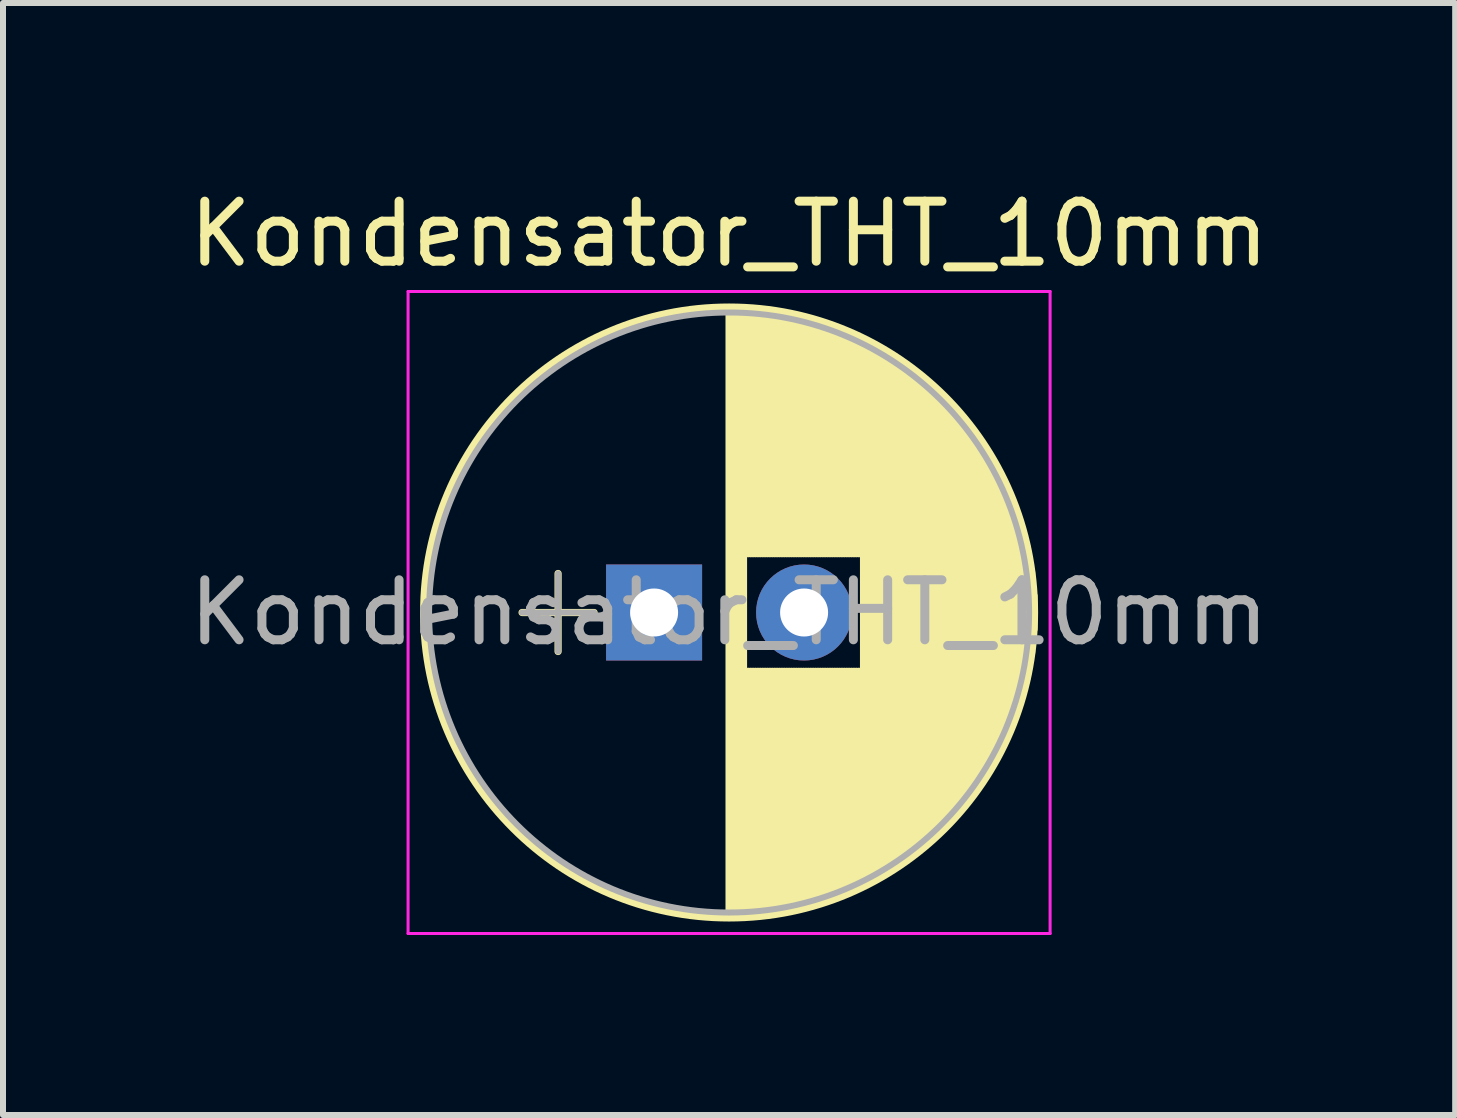
<source format=kicad_pcb>
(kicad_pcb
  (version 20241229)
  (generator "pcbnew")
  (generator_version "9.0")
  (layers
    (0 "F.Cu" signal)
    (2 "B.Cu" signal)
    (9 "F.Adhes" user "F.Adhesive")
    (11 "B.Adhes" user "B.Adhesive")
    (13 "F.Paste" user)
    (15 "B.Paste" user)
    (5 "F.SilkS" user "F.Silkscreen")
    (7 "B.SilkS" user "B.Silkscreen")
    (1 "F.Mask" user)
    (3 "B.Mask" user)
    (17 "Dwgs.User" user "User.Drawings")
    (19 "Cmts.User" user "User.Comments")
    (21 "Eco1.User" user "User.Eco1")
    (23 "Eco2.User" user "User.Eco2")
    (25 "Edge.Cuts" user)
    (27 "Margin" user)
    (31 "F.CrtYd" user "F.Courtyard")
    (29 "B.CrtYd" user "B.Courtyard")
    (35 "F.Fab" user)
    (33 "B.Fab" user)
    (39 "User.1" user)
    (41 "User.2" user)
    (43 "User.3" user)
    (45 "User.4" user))
  (footprint "Kondensator_THT_10mm"
    (layer "F.Cu")
    (at 7.851 7.158)
    (property "Reference" "Kondensator_THT_10mm" (at 1.25 -6.31 0) (layer "F.SilkS") (effects (font (size 1 1) (thickness 0.15))))
    (attr through_hole)
    (fp_line (start -2.2 0) (end -1 0) (stroke (width 0.12) (type solid)) (layer "F.SilkS"))
    (fp_line (start -1.6 -0.65) (end -1.6 0.65) (stroke (width 0.12) (type solid)) (layer "F.SilkS"))
    (fp_line (start 1.25 -5.05) (end 1.25 5.05) (stroke (width 0.12) (type solid)) (layer "F.SilkS"))
    (fp_line (start 1.29 -5.05) (end 1.29 5.05) (stroke (width 0.12) (type solid)) (layer "F.SilkS"))
    (fp_line (start 1.33 -5.05) (end 1.33 5.05) (stroke (width 0.12) (type solid)) (layer "F.SilkS"))
    (fp_line (start 1.37 -5.049) (end 1.37 5.049) (stroke (width 0.12) (type solid)) (layer "F.SilkS"))
    (fp_line (start 1.41 -5.048) (end 1.41 5.048) (stroke (width 0.12) (type solid)) (layer "F.SilkS"))
    (fp_line (start 1.45 -5.047) (end 1.45 5.047) (stroke (width 0.12) (type solid)) (layer "F.SilkS"))
    (fp_line (start 1.49 -5.045) (end 1.49 5.045) (stroke (width 0.12) (type solid)) (layer "F.SilkS"))
    (fp_line (start 1.53 -5.043) (end 1.53 -0.98) (stroke (width 0.12) (type solid)) (layer "F.SilkS"))
    (fp_line (start 1.53 0.98) (end 1.53 5.043) (stroke (width 0.12) (type solid)) (layer "F.SilkS"))
    (fp_line (start 1.57 -5.04) (end 1.57 -0.98) (stroke (width 0.12) (type solid)) (layer "F.SilkS"))
    (fp_line (start 1.57 0.98) (end 1.57 5.04) (stroke (width 0.12) (type solid)) (layer "F.SilkS"))
    (fp_line (start 1.61 -5.038) (end 1.61 -0.98) (stroke (width 0.12) (type solid)) (layer "F.SilkS"))
    (fp_line (start 1.61 0.98) (end 1.61 5.038) (stroke (width 0.12) (type solid)) (layer "F.SilkS"))
    (fp_line (start 1.65 -5.035) (end 1.65 -0.98) (stroke (width 0.12) (type solid)) (layer "F.SilkS"))
    (fp_line (start 1.65 0.98) (end 1.65 5.035) (stroke (width 0.12) (type solid)) (layer "F.SilkS"))
    (fp_line (start 1.69 -5.031) (end 1.69 -0.98) (stroke (width 0.12) (type solid)) (layer "F.SilkS"))
    (fp_line (start 1.69 0.98) (end 1.69 5.031) (stroke (width 0.12) (type solid)) (layer "F.SilkS"))
    (fp_line (start 1.73 -5.028) (end 1.73 -0.98) (stroke (width 0.12) (type solid)) (layer "F.SilkS"))
    (fp_line (start 1.73 0.98) (end 1.73 5.028) (stroke (width 0.12) (type solid)) (layer "F.SilkS"))
    (fp_line (start 1.77 -5.024) (end 1.77 -0.98) (stroke (width 0.12) (type solid)) (layer "F.SilkS"))
    (fp_line (start 1.77 0.98) (end 1.77 5.024) (stroke (width 0.12) (type solid)) (layer "F.SilkS"))
    (fp_line (start 1.81 -5.02) (end 1.81 -0.98) (stroke (width 0.12) (type solid)) (layer "F.SilkS"))
    (fp_line (start 1.81 0.98) (end 1.81 5.02) (stroke (width 0.12) (type solid)) (layer "F.SilkS"))
    (fp_line (start 1.85 -5.015) (end 1.85 -0.98) (stroke (width 0.12) (type solid)) (layer "F.SilkS"))
    (fp_line (start 1.85 0.98) (end 1.85 5.015) (stroke (width 0.12) (type solid)) (layer "F.SilkS"))
    (fp_line (start 1.89 -5.01) (end 1.89 -0.98) (stroke (width 0.12) (type solid)) (layer "F.SilkS"))
    (fp_line (start 1.89 0.98) (end 1.89 5.01) (stroke (width 0.12) (type solid)) (layer "F.SilkS"))
    (fp_line (start 1.93 -5.005) (end 1.93 -0.98) (stroke (width 0.12) (type solid)) (layer "F.SilkS"))
    (fp_line (start 1.93 0.98) (end 1.93 5.005) (stroke (width 0.12) (type solid)) (layer "F.SilkS"))
    (fp_line (start 1.971 -4.999) (end 1.971 -0.98) (stroke (width 0.12) (type solid)) (layer "F.SilkS"))
    (fp_line (start 1.971 0.98) (end 1.971 4.999) (stroke (width 0.12) (type solid)) (layer "F.SilkS"))
    (fp_line (start 2.011 -4.993) (end 2.011 -0.98) (stroke (width 0.12) (type solid)) (layer "F.SilkS"))
    (fp_line (start 2.011 0.98) (end 2.011 4.993) (stroke (width 0.12) (type solid)) (layer "F.SilkS"))
    (fp_line (start 2.051 -4.987) (end 2.051 -0.98) (stroke (width 0.12) (type solid)) (layer "F.SilkS"))
    (fp_line (start 2.051 0.98) (end 2.051 4.987) (stroke (width 0.12) (type solid)) (layer "F.SilkS"))
    (fp_line (start 2.091 -4.981) (end 2.091 -0.98) (stroke (width 0.12) (type solid)) (layer "F.SilkS"))
    (fp_line (start 2.091 0.98) (end 2.091 4.981) (stroke (width 0.12) (type solid)) (layer "F.SilkS"))
    (fp_line (start 2.131 -4.974) (end 2.131 -0.98) (stroke (width 0.12) (type solid)) (layer "F.SilkS"))
    (fp_line (start 2.131 0.98) (end 2.131 4.974) (stroke (width 0.12) (type solid)) (layer "F.SilkS"))
    (fp_line (start 2.171 -4.967) (end 2.171 -0.98) (stroke (width 0.12) (type solid)) (layer "F.SilkS"))
    (fp_line (start 2.171 0.98) (end 2.171 4.967) (stroke (width 0.12) (type solid)) (layer "F.SilkS"))
    (fp_line (start 2.211 -4.959) (end 2.211 -0.98) (stroke (width 0.12) (type solid)) (layer "F.SilkS"))
    (fp_line (start 2.211 0.98) (end 2.211 4.959) (stroke (width 0.12) (type solid)) (layer "F.SilkS"))
    (fp_line (start 2.251 -4.951) (end 2.251 -0.98) (stroke (width 0.12) (type solid)) (layer "F.SilkS"))
    (fp_line (start 2.251 0.98) (end 2.251 4.951) (stroke (width 0.12) (type solid)) (layer "F.SilkS"))
    (fp_line (start 2.291 -4.943) (end 2.291 -0.98) (stroke (width 0.12) (type solid)) (layer "F.SilkS"))
    (fp_line (start 2.291 0.98) (end 2.291 4.943) (stroke (width 0.12) (type solid)) (layer "F.SilkS"))
    (fp_line (start 2.331 -4.935) (end 2.331 -0.98) (stroke (width 0.12) (type solid)) (layer "F.SilkS"))
    (fp_line (start 2.331 0.98) (end 2.331 4.935) (stroke (width 0.12) (type solid)) (layer "F.SilkS"))
    (fp_line (start 2.371 -4.926) (end 2.371 -0.98) (stroke (width 0.12) (type solid)) (layer "F.SilkS"))
    (fp_line (start 2.371 0.98) (end 2.371 4.926) (stroke (width 0.12) (type solid)) (layer "F.SilkS"))
    (fp_line (start 2.411 -4.917) (end 2.411 -0.98) (stroke (width 0.12) (type solid)) (layer "F.SilkS"))
    (fp_line (start 2.411 0.98) (end 2.411 4.917) (stroke (width 0.12) (type solid)) (layer "F.SilkS"))
    (fp_line (start 2.451 -4.907) (end 2.451 -0.98) (stroke (width 0.12) (type solid)) (layer "F.SilkS"))
    (fp_line (start 2.451 0.98) (end 2.451 4.907) (stroke (width 0.12) (type solid)) (layer "F.SilkS"))
    (fp_line (start 2.491 -4.897) (end 2.491 -0.98) (stroke (width 0.12) (type solid)) (layer "F.SilkS"))
    (fp_line (start 2.491 0.98) (end 2.491 4.897) (stroke (width 0.12) (type solid)) (layer "F.SilkS"))
    (fp_line (start 2.531 -4.887) (end 2.531 -0.98) (stroke (width 0.12) (type solid)) (layer "F.SilkS"))
    (fp_line (start 2.531 0.98) (end 2.531 4.887) (stroke (width 0.12) (type solid)) (layer "F.SilkS"))
    (fp_line (start 2.571 -4.876) (end 2.571 -0.98) (stroke (width 0.12) (type solid)) (layer "F.SilkS"))
    (fp_line (start 2.571 0.98) (end 2.571 4.876) (stroke (width 0.12) (type solid)) (layer "F.SilkS"))
    (fp_line (start 2.611 -4.865) (end 2.611 -0.98) (stroke (width 0.12) (type solid)) (layer "F.SilkS"))
    (fp_line (start 2.611 0.98) (end 2.611 4.865) (stroke (width 0.12) (type solid)) (layer "F.SilkS"))
    (fp_line (start 2.651 -4.854) (end 2.651 -0.98) (stroke (width 0.12) (type solid)) (layer "F.SilkS"))
    (fp_line (start 2.651 0.98) (end 2.651 4.854) (stroke (width 0.12) (type solid)) (layer "F.SilkS"))
    (fp_line (start 2.691 -4.843) (end 2.691 -0.98) (stroke (width 0.12) (type solid)) (layer "F.SilkS"))
    (fp_line (start 2.691 0.98) (end 2.691 4.843) (stroke (width 0.12) (type solid)) (layer "F.SilkS"))
    (fp_line (start 2.731 -4.831) (end 2.731 -0.98) (stroke (width 0.12) (type solid)) (layer "F.SilkS"))
    (fp_line (start 2.731 0.98) (end 2.731 4.831) (stroke (width 0.12) (type solid)) (layer "F.SilkS"))
    (fp_line (start 2.771 -4.818) (end 2.771 -0.98) (stroke (width 0.12) (type solid)) (layer "F.SilkS"))
    (fp_line (start 2.771 0.98) (end 2.771 4.818) (stroke (width 0.12) (type solid)) (layer "F.SilkS"))
    (fp_line (start 2.811 -4.806) (end 2.811 -0.98) (stroke (width 0.12) (type solid)) (layer "F.SilkS"))
    (fp_line (start 2.811 0.98) (end 2.811 4.806) (stroke (width 0.12) (type solid)) (layer "F.SilkS"))
    (fp_line (start 2.851 -4.792) (end 2.851 -0.98) (stroke (width 0.12) (type solid)) (layer "F.SilkS"))
    (fp_line (start 2.851 0.98) (end 2.851 4.792) (stroke (width 0.12) (type solid)) (layer "F.SilkS"))
    (fp_line (start 2.891 -4.779) (end 2.891 -0.98) (stroke (width 0.12) (type solid)) (layer "F.SilkS"))
    (fp_line (start 2.891 0.98) (end 2.891 4.779) (stroke (width 0.12) (type solid)) (layer "F.SilkS"))
    (fp_line (start 2.931 -4.765) (end 2.931 -0.98) (stroke (width 0.12) (type solid)) (layer "F.SilkS"))
    (fp_line (start 2.931 0.98) (end 2.931 4.765) (stroke (width 0.12) (type solid)) (layer "F.SilkS"))
    (fp_line (start 2.971 -4.751) (end 2.971 -0.98) (stroke (width 0.12) (type solid)) (layer "F.SilkS"))
    (fp_line (start 2.971 0.98) (end 2.971 4.751) (stroke (width 0.12) (type solid)) (layer "F.SilkS"))
    (fp_line (start 3.011 -4.737) (end 3.011 -0.98) (stroke (width 0.12) (type solid)) (layer "F.SilkS"))
    (fp_line (start 3.011 0.98) (end 3.011 4.737) (stroke (width 0.12) (type solid)) (layer "F.SilkS"))
    (fp_line (start 3.051 -4.722) (end 3.051 -0.98) (stroke (width 0.12) (type solid)) (layer "F.SilkS"))
    (fp_line (start 3.051 0.98) (end 3.051 4.722) (stroke (width 0.12) (type solid)) (layer "F.SilkS"))
    (fp_line (start 3.091 -4.706) (end 3.091 -0.98) (stroke (width 0.12) (type solid)) (layer "F.SilkS"))
    (fp_line (start 3.091 0.98) (end 3.091 4.706) (stroke (width 0.12) (type solid)) (layer "F.SilkS"))
    (fp_line (start 3.131 -4.691) (end 3.131 -0.98) (stroke (width 0.12) (type solid)) (layer "F.SilkS"))
    (fp_line (start 3.131 0.98) (end 3.131 4.691) (stroke (width 0.12) (type solid)) (layer "F.SilkS"))
    (fp_line (start 3.171 -4.674) (end 3.171 -0.98) (stroke (width 0.12) (type solid)) (layer "F.SilkS"))
    (fp_line (start 3.171 0.98) (end 3.171 4.674) (stroke (width 0.12) (type solid)) (layer "F.SilkS"))
    (fp_line (start 3.211 -4.658) (end 3.211 -0.98) (stroke (width 0.12) (type solid)) (layer "F.SilkS"))
    (fp_line (start 3.211 0.98) (end 3.211 4.658) (stroke (width 0.12) (type solid)) (layer "F.SilkS"))
    (fp_line (start 3.251 -4.641) (end 3.251 -0.98) (stroke (width 0.12) (type solid)) (layer "F.SilkS"))
    (fp_line (start 3.251 0.98) (end 3.251 4.641) (stroke (width 0.12) (type solid)) (layer "F.SilkS"))
    (fp_line (start 3.291 -4.624) (end 3.291 -0.98) (stroke (width 0.12) (type solid)) (layer "F.SilkS"))
    (fp_line (start 3.291 0.98) (end 3.291 4.624) (stroke (width 0.12) (type solid)) (layer "F.SilkS"))
    (fp_line (start 3.331 -4.606) (end 3.331 -0.98) (stroke (width 0.12) (type solid)) (layer "F.SilkS"))
    (fp_line (start 3.331 0.98) (end 3.331 4.606) (stroke (width 0.12) (type solid)) (layer "F.SilkS"))
    (fp_line (start 3.371 -4.588) (end 3.371 -0.98) (stroke (width 0.12) (type solid)) (layer "F.SilkS"))
    (fp_line (start 3.371 0.98) (end 3.371 4.588) (stroke (width 0.12) (type solid)) (layer "F.SilkS"))
    (fp_line (start 3.411 -4.569) (end 3.411 -0.98) (stroke (width 0.12) (type solid)) (layer "F.SilkS"))
    (fp_line (start 3.411 0.98) (end 3.411 4.569) (stroke (width 0.12) (type solid)) (layer "F.SilkS"))
    (fp_line (start 3.451 -4.55) (end 3.451 -0.98) (stroke (width 0.12) (type solid)) (layer "F.SilkS"))
    (fp_line (start 3.451 0.98) (end 3.451 4.55) (stroke (width 0.12) (type solid)) (layer "F.SilkS"))
    (fp_line (start 3.491 -4.531) (end 3.491 4.531) (stroke (width 0.12) (type solid)) (layer "F.SilkS"))
    (fp_line (start 3.531 -4.511) (end 3.531 4.511) (stroke (width 0.12) (type solid)) (layer "F.SilkS"))
    (fp_line (start 3.571 -4.491) (end 3.571 4.491) (stroke (width 0.12) (type solid)) (layer "F.SilkS"))
    (fp_line (start 3.611 -4.47) (end 3.611 4.47) (stroke (width 0.12) (type solid)) (layer "F.SilkS"))
    (fp_line (start 3.651 -4.449) (end 3.651 4.449) (stroke (width 0.12) (type solid)) (layer "F.SilkS"))
    (fp_line (start 3.691 -4.428) (end 3.691 4.428) (stroke (width 0.12) (type solid)) (layer "F.SilkS"))
    (fp_line (start 3.731 -4.405) (end 3.731 4.405) (stroke (width 0.12) (type solid)) (layer "F.SilkS"))
    (fp_line (start 3.771 -4.383) (end 3.771 4.383) (stroke (width 0.12) (type solid)) (layer "F.SilkS"))
    (fp_line (start 3.811 -4.36) (end 3.811 4.36) (stroke (width 0.12) (type solid)) (layer "F.SilkS"))
    (fp_line (start 3.851 -4.336) (end 3.851 4.336) (stroke (width 0.12) (type solid)) (layer "F.SilkS"))
    (fp_line (start 3.891 -4.312) (end 3.891 4.312) (stroke (width 0.12) (type solid)) (layer "F.SilkS"))
    (fp_line (start 3.931 -4.288) (end 3.931 4.288) (stroke (width 0.12) (type solid)) (layer "F.SilkS"))
    (fp_line (start 3.971 -4.263) (end 3.971 4.263) (stroke (width 0.12) (type solid)) (layer "F.SilkS"))
    (fp_line (start 4.011 -4.237) (end 4.011 4.237) (stroke (width 0.12) (type solid)) (layer "F.SilkS"))
    (fp_line (start 4.051 -4.211) (end 4.051 4.211) (stroke (width 0.12) (type solid)) (layer "F.SilkS"))
    (fp_line (start 4.091 -4.185) (end 4.091 4.185) (stroke (width 0.12) (type solid)) (layer "F.SilkS"))
    (fp_line (start 4.131 -4.157) (end 4.131 4.157) (stroke (width 0.12) (type solid)) (layer "F.SilkS"))
    (fp_line (start 4.171 -4.13) (end 4.171 4.13) (stroke (width 0.12) (type solid)) (layer "F.SilkS"))
    (fp_line (start 4.211 -4.101) (end 4.211 4.101) (stroke (width 0.12) (type solid)) (layer "F.SilkS"))
    (fp_line (start 4.251 -4.072) (end 4.251 4.072) (stroke (width 0.12) (type solid)) (layer "F.SilkS"))
    (fp_line (start 4.291 -4.043) (end 4.291 4.043) (stroke (width 0.12) (type solid)) (layer "F.SilkS"))
    (fp_line (start 4.331 -4.013) (end 4.331 4.013) (stroke (width 0.12) (type solid)) (layer "F.SilkS"))
    (fp_line (start 4.371 -3.982) (end 4.371 3.982) (stroke (width 0.12) (type solid)) (layer "F.SilkS"))
    (fp_line (start 4.411 -3.951) (end 4.411 3.951) (stroke (width 0.12) (type solid)) (layer "F.SilkS"))
    (fp_line (start 4.451 -3.919) (end 4.451 3.919) (stroke (width 0.12) (type solid)) (layer "F.SilkS"))
    (fp_line (start 4.491 -3.886) (end 4.491 3.886) (stroke (width 0.12) (type solid)) (layer "F.SilkS"))
    (fp_line (start 4.531 -3.853) (end 4.531 3.853) (stroke (width 0.12) (type solid)) (layer "F.SilkS"))
    (fp_line (start 4.571 -3.819) (end 4.571 3.819) (stroke (width 0.12) (type solid)) (layer "F.SilkS"))
    (fp_line (start 4.611 -3.784) (end 4.611 3.784) (stroke (width 0.12) (type solid)) (layer "F.SilkS"))
    (fp_line (start 4.651 -3.748) (end 4.651 3.748) (stroke (width 0.12) (type solid)) (layer "F.SilkS"))
    (fp_line (start 4.691 -3.712) (end 4.691 3.712) (stroke (width 0.12) (type solid)) (layer "F.SilkS"))
    (fp_line (start 4.731 -3.675) (end 4.731 3.675) (stroke (width 0.12) (type solid)) (layer "F.SilkS"))
    (fp_line (start 4.771 -3.637) (end 4.771 3.637) (stroke (width 0.12) (type solid)) (layer "F.SilkS"))
    (fp_line (start 4.811 -3.598) (end 4.811 3.598) (stroke (width 0.12) (type solid)) (layer "F.SilkS"))
    (fp_line (start 4.851 -3.559) (end 4.851 3.559) (stroke (width 0.12) (type solid)) (layer "F.SilkS"))
    (fp_line (start 4.891 -3.518) (end 4.891 3.518) (stroke (width 0.12) (type solid)) (layer "F.SilkS"))
    (fp_line (start 4.931 -3.477) (end 4.931 3.477) (stroke (width 0.12) (type solid)) (layer "F.SilkS"))
    (fp_line (start 4.971 -3.435) (end 4.971 3.435) (stroke (width 0.12) (type solid)) (layer "F.SilkS"))
    (fp_line (start 5.011 -3.391) (end 5.011 3.391) (stroke (width 0.12) (type solid)) (layer "F.SilkS"))
    (fp_line (start 5.051 -3.347) (end 5.051 3.347) (stroke (width 0.12) (type solid)) (layer "F.SilkS"))
    (fp_line (start 5.091 -3.302) (end 5.091 3.302) (stroke (width 0.12) (type solid)) (layer "F.SilkS"))
    (fp_line (start 5.131 -3.255) (end 5.131 3.255) (stroke (width 0.12) (type solid)) (layer "F.SilkS"))
    (fp_line (start 5.171 -3.207) (end 5.171 3.207) (stroke (width 0.12) (type solid)) (layer "F.SilkS"))
    (fp_line (start 5.211 -3.158) (end 5.211 3.158) (stroke (width 0.12) (type solid)) (layer "F.SilkS"))
    (fp_line (start 5.251 -3.108) (end 5.251 3.108) (stroke (width 0.12) (type solid)) (layer "F.SilkS"))
    (fp_line (start 5.291 -3.057) (end 5.291 3.057) (stroke (width 0.12) (type solid)) (layer "F.SilkS"))
    (fp_line (start 5.331 -3.004) (end 5.331 3.004) (stroke (width 0.12) (type solid)) (layer "F.SilkS"))
    (fp_line (start 5.371 -2.949) (end 5.371 2.949) (stroke (width 0.12) (type solid)) (layer "F.SilkS"))
    (fp_line (start 5.411 -2.894) (end 5.411 2.894) (stroke (width 0.12) (type solid)) (layer "F.SilkS"))
    (fp_line (start 5.451 -2.836) (end 5.451 2.836) (stroke (width 0.12) (type solid)) (layer "F.SilkS"))
    (fp_line (start 5.491 -2.777) (end 5.491 2.777) (stroke (width 0.12) (type solid)) (layer "F.SilkS"))
    (fp_line (start 5.531 -2.715) (end 5.531 2.715) (stroke (width 0.12) (type solid)) (layer "F.SilkS"))
    (fp_line (start 5.571 -2.652) (end 5.571 2.652) (stroke (width 0.12) (type solid)) (layer "F.SilkS"))
    (fp_line (start 5.611 -2.587) (end 5.611 2.587) (stroke (width 0.12) (type solid)) (layer "F.SilkS"))
    (fp_line (start 5.651 -2.519) (end 5.651 2.519) (stroke (width 0.12) (type solid)) (layer "F.SilkS"))
    (fp_line (start 5.691 -2.449) (end 5.691 2.449) (stroke (width 0.12) (type solid)) (layer "F.SilkS"))
    (fp_line (start 5.731 -2.377) (end 5.731 2.377) (stroke (width 0.12) (type solid)) (layer "F.SilkS"))
    (fp_line (start 5.771 -2.301) (end 5.771 2.301) (stroke (width 0.12) (type solid)) (layer "F.SilkS"))
    (fp_line (start 5.811 -2.222) (end 5.811 2.222) (stroke (width 0.12) (type solid)) (layer "F.SilkS"))
    (fp_line (start 5.851 -2.14) (end 5.851 2.14) (stroke (width 0.12) (type solid)) (layer "F.SilkS"))
    (fp_line (start 5.891 -2.053) (end 5.891 2.053) (stroke (width 0.12) (type solid)) (layer "F.SilkS"))
    (fp_line (start 5.931 -1.962) (end 5.931 1.962) (stroke (width 0.12) (type solid)) (layer "F.SilkS"))
    (fp_line (start 5.971 -1.866) (end 5.971 1.866) (stroke (width 0.12) (type solid)) (layer "F.SilkS"))
    (fp_line (start 6.011 -1.763) (end 6.011 1.763) (stroke (width 0.12) (type solid)) (layer "F.SilkS"))
    (fp_line (start 6.051 -1.654) (end 6.051 1.654) (stroke (width 0.12) (type solid)) (layer "F.SilkS"))
    (fp_line (start 6.091 -1.536) (end 6.091 1.536) (stroke (width 0.12) (type solid)) (layer "F.SilkS"))
    (fp_line (start 6.131 -1.407) (end 6.131 1.407) (stroke (width 0.12) (type solid)) (layer "F.SilkS"))
    (fp_line (start 6.171 -1.265) (end 6.171 1.265) (stroke (width 0.12) (type solid)) (layer "F.SilkS"))
    (fp_line (start 6.211 -1.104) (end 6.211 1.104) (stroke (width 0.12) (type solid)) (layer "F.SilkS"))
    (fp_line (start 6.251 -0.913) (end 6.251 0.913) (stroke (width 0.12) (type solid)) (layer "F.SilkS"))
    (fp_line (start 6.291 -0.672) (end 6.291 0.672) (stroke (width 0.12) (type solid)) (layer "F.SilkS"))
    (fp_line (start 6.331 -0.279) (end 6.331 0.279) (stroke (width 0.12) (type solid)) (layer "F.SilkS"))
    (fp_circle (center 1.25 0) (end 6.34 0) (stroke (width 0.12) (type solid)) (fill no) (layer "F.SilkS"))
    (fp_line (start -4.1 -5.35) (end -4.1 5.35) (stroke (width 0.05) (type solid)) (layer "F.CrtYd"))
    (fp_line (start -4.1 5.35) (end 6.6 5.35) (stroke (width 0.05) (type solid)) (layer "F.CrtYd"))
    (fp_line (start 6.6 -5.35) (end -4.1 -5.35) (stroke (width 0.05) (type solid)) (layer "F.CrtYd"))
    (fp_line (start 6.6 5.35) (end 6.6 -5.35) (stroke (width 0.05) (type solid)) (layer "F.CrtYd"))
    (fp_line (start -2.2 0) (end -1 0) (stroke (width 0.1) (type solid)) (layer "F.Fab"))
    (fp_line (start -1.6 -0.65) (end -1.6 0.65) (stroke (width 0.1) (type solid)) (layer "F.Fab"))
    (fp_circle (center 1.25 0) (end 6.25 0) (stroke (width 0.1) (type solid)) (fill no) (layer "F.Fab"))
    (fp_text user "${REFERENCE}" (at 1.25 0 0) (layer "F.Fab") (effects (font (size 1 1) (thickness 0.15))))
    (pad "1" thru_hole rect (at 0 0) (size 1.6 1.6) (drill 0.8) (layers "*.Cu" "*.Mask"))
    (pad "2" thru_hole circle (at 2.5 0) (size 1.6 1.6) (drill 0.8) (layers "*.Cu" "*.Mask")))
  (gr_rect
    (start -3 -3)
    (end 21.202 15.533)
    (stroke (width 0.1) (type default))
    (fill no)
    (layer "Edge.Cuts")))
</source>
